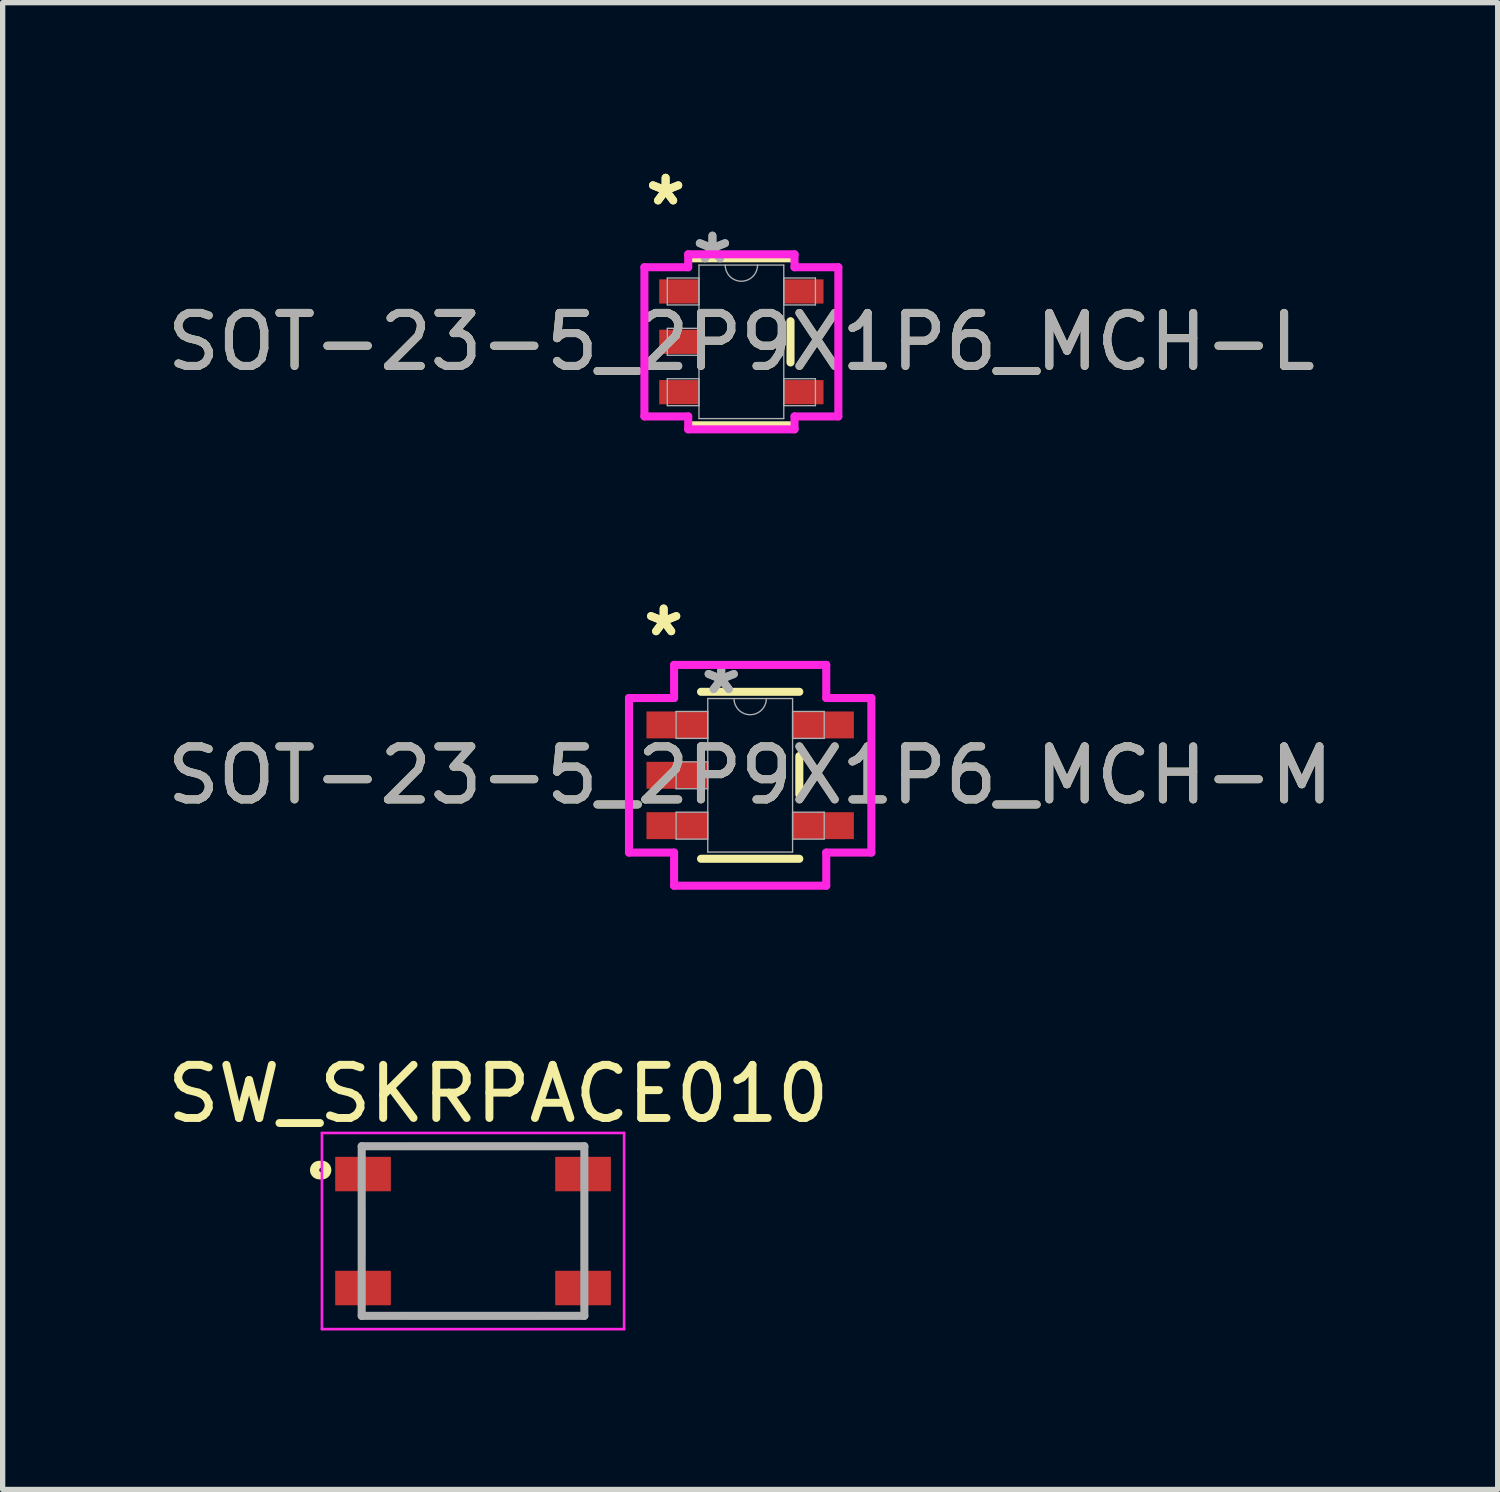
<source format=kicad_pcb>
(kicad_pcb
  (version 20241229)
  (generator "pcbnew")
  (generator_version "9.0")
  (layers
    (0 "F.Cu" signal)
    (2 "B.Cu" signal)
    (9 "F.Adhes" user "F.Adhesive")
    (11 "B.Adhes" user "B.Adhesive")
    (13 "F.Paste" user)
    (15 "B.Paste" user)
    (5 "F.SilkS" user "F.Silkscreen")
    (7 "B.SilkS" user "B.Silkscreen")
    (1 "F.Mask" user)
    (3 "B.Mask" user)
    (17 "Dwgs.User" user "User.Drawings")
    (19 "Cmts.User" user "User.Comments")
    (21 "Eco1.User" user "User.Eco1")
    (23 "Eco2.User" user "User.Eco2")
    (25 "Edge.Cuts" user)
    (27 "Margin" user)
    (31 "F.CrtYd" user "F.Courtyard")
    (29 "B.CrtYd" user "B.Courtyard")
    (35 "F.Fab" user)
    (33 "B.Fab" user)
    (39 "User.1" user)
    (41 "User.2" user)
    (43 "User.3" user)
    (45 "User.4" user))
  (footprint "SOT-23-5_2P9X1P6_MCH-M"
    (layer "F.Cu")
    (at 11.101 11.575)
    (property "Reference" "SOT-23-5_2P9X1P6_MCH-M" (at 0 0 0) (unlocked yes) (layer "F.SilkS") (effects (font (size 1 1) (thickness 0.15))))
    (attr smd)
    (fp_line (start -0.927 1.575) (end 0.927 1.575) (stroke (width 0.152) (type solid)) (layer "F.SilkS"))
    (fp_line (start 0.927 -1.575) (end -0.927 -1.575) (stroke (width 0.152) (type solid)) (layer "F.SilkS"))
    (fp_line (start 0.927 0.363) (end 0.927 -0.363) (stroke (width 0.152) (type solid)) (layer "F.SilkS"))
    (fp_line (start -2.286 -1.458) (end -1.435 -1.458) (stroke (width 0.152) (type solid)) (layer "F.CrtYd"))
    (fp_line (start -2.286 1.458) (end -2.286 -1.458) (stroke (width 0.152) (type solid)) (layer "F.CrtYd"))
    (fp_line (start -1.435 -2.083) (end 1.435 -2.083) (stroke (width 0.152) (type solid)) (layer "F.CrtYd"))
    (fp_line (start -1.435 -1.458) (end -1.435 -2.083) (stroke (width 0.152) (type solid)) (layer "F.CrtYd"))
    (fp_line (start -1.435 1.458) (end -2.286 1.458) (stroke (width 0.152) (type solid)) (layer "F.CrtYd"))
    (fp_line (start -1.435 2.083) (end -1.435 1.458) (stroke (width 0.152) (type solid)) (layer "F.CrtYd"))
    (fp_line (start 1.435 -2.083) (end 1.435 -1.458) (stroke (width 0.152) (type solid)) (layer "F.CrtYd"))
    (fp_line (start 1.435 -1.458) (end 2.286 -1.458) (stroke (width 0.152) (type solid)) (layer "F.CrtYd"))
    (fp_line (start 1.435 1.458) (end 1.435 2.083) (stroke (width 0.152) (type solid)) (layer "F.CrtYd"))
    (fp_line (start 1.435 2.083) (end -1.435 2.083) (stroke (width 0.152) (type solid)) (layer "F.CrtYd"))
    (fp_line (start 2.286 -1.458) (end 2.286 1.458) (stroke (width 0.152) (type solid)) (layer "F.CrtYd"))
    (fp_line (start 2.286 1.458) (end 1.435 1.458) (stroke (width 0.152) (type solid)) (layer "F.CrtYd"))
    (fp_line (start -1.397 -1.204) (end -1.397 -0.696) (stroke (width 0.025) (type solid)) (layer "F.Fab"))
    (fp_line (start -1.397 -0.696) (end -0.8 -0.696) (stroke (width 0.025) (type solid)) (layer "F.Fab"))
    (fp_line (start -1.397 -0.254) (end -1.397 0.254) (stroke (width 0.025) (type solid)) (layer "F.Fab"))
    (fp_line (start -1.397 0.254) (end -0.8 0.254) (stroke (width 0.025) (type solid)) (layer "F.Fab"))
    (fp_line (start -1.397 0.696) (end -1.397 1.204) (stroke (width 0.025) (type solid)) (layer "F.Fab"))
    (fp_line (start -1.397 1.204) (end -0.8 1.204) (stroke (width 0.025) (type solid)) (layer "F.Fab"))
    (fp_line (start -0.8 -1.448) (end -0.8 1.448) (stroke (width 0.025) (type solid)) (layer "F.Fab"))
    (fp_line (start -0.8 -1.204) (end -1.397 -1.204) (stroke (width 0.025) (type solid)) (layer "F.Fab"))
    (fp_line (start -0.8 -0.696) (end -0.8 -1.204) (stroke (width 0.025) (type solid)) (layer "F.Fab"))
    (fp_line (start -0.8 -0.254) (end -1.397 -0.254) (stroke (width 0.025) (type solid)) (layer "F.Fab"))
    (fp_line (start -0.8 0.254) (end -0.8 -0.254) (stroke (width 0.025) (type solid)) (layer "F.Fab"))
    (fp_line (start -0.8 0.696) (end -1.397 0.696) (stroke (width 0.025) (type solid)) (layer "F.Fab"))
    (fp_line (start -0.8 1.204) (end -0.8 0.696) (stroke (width 0.025) (type solid)) (layer "F.Fab"))
    (fp_line (start -0.8 1.448) (end 0.8 1.448) (stroke (width 0.025) (type solid)) (layer "F.Fab"))
    (fp_line (start 0.8 -1.448) (end -0.8 -1.448) (stroke (width 0.025) (type solid)) (layer "F.Fab"))
    (fp_line (start 0.8 -1.204) (end 0.8 -0.696) (stroke (width 0.025) (type solid)) (layer "F.Fab"))
    (fp_line (start 0.8 -0.696) (end 1.397 -0.696) (stroke (width 0.025) (type solid)) (layer "F.Fab"))
    (fp_line (start 0.8 0.696) (end 0.8 1.204) (stroke (width 0.025) (type solid)) (layer "F.Fab"))
    (fp_line (start 0.8 1.204) (end 1.397 1.204) (stroke (width 0.025) (type solid)) (layer "F.Fab"))
    (fp_line (start 0.8 1.448) (end 0.8 -1.448) (stroke (width 0.025) (type solid)) (layer "F.Fab"))
    (fp_line (start 1.397 -1.204) (end 0.8 -1.204) (stroke (width 0.025) (type solid)) (layer "F.Fab"))
    (fp_line (start 1.397 -0.696) (end 1.397 -1.204) (stroke (width 0.025) (type solid)) (layer "F.Fab"))
    (fp_line (start 1.397 0.696) (end 0.8 0.696) (stroke (width 0.025) (type solid)) (layer "F.Fab"))
    (fp_line (start 1.397 1.204) (end 1.397 0.696) (stroke (width 0.025) (type solid)) (layer "F.Fab"))
    (fp_arc (start 0.3048 -1.4478) (mid 0 -1.143) (end -0.3048 -1.4478) (stroke (width 0.0254) (type solid)) (layer "F.Fab"))
    (fp_text user "*" (at -1.632 -2.601 0) (layer "F.SilkS") (effects (font (size 1 1) (thickness 0.15))))
    (fp_text user "*" (at -1.632 -2.601 0) (unlocked yes) (layer "F.SilkS") (effects (font (size 1 1) (thickness 0.15))))
    (fp_text user "*" (at -0.546 -1.509 0) (unlocked yes) (layer "F.Fab") (effects (font (size 1 1) (thickness 0.15))))
    (fp_text user "*" (at -0.546 -1.509 0) (layer "F.Fab") (effects (font (size 1 1) (thickness 0.15))))
    (fp_text user "${REFERENCE}" (at 0 0 0) (unlocked yes) (layer "F.Fab") (effects (font (size 1 1) (thickness 0.15))))
    (pad "1" smd rect (at -1.378 -0.95) (size 1.156 0.508) (layers "F.Cu" "F.Mask" "F.Paste"))
    (pad "2" smd rect (at -1.378 0) (size 1.156 0.508) (layers "F.Cu" "F.Mask" "F.Paste"))
    (pad "3" smd rect (at -1.378 0.95) (size 1.156 0.508) (layers "F.Cu" "F.Mask" "F.Paste"))
    (pad "4" smd rect (at 1.378 0.95) (size 1.156 0.508) (layers "F.Cu" "F.Mask" "F.Paste"))
    (pad "5" smd rect (at 1.378 -0.95) (size 1.156 0.508) (layers "F.Cu" "F.Mask" "F.Paste")))
  (footprint "SOT-23-5_2P9X1P6_MCH-L"
    (layer "F.Cu")
    (at 10.935 3.398)
    (property "Reference" "SOT-23-5_2P9X1P6_MCH-L" (at 0 0 0) (unlocked yes) (layer "F.SilkS") (effects (font (size 1 1) (thickness 0.15))))
    (attr smd)
    (fp_line (start -0.927 1.575) (end 0.927 1.575) (stroke (width 0.152) (type solid)) (layer "F.SilkS"))
    (fp_line (start 0.927 -1.575) (end -0.927 -1.575) (stroke (width 0.152) (type solid)) (layer "F.SilkS"))
    (fp_line (start 0.927 0.389) (end 0.927 -0.389) (stroke (width 0.152) (type solid)) (layer "F.SilkS"))
    (fp_line (start -1.829 -1.407) (end -1.003 -1.407) (stroke (width 0.152) (type solid)) (layer "F.CrtYd"))
    (fp_line (start -1.829 1.407) (end -1.829 -1.407) (stroke (width 0.152) (type solid)) (layer "F.CrtYd"))
    (fp_line (start -1.003 -1.651) (end 1.003 -1.651) (stroke (width 0.152) (type solid)) (layer "F.CrtYd"))
    (fp_line (start -1.003 -1.407) (end -1.003 -1.651) (stroke (width 0.152) (type solid)) (layer "F.CrtYd"))
    (fp_line (start -1.003 1.407) (end -1.829 1.407) (stroke (width 0.152) (type solid)) (layer "F.CrtYd"))
    (fp_line (start -1.003 1.651) (end -1.003 1.407) (stroke (width 0.152) (type solid)) (layer "F.CrtYd"))
    (fp_line (start 1.003 -1.651) (end 1.003 -1.407) (stroke (width 0.152) (type solid)) (layer "F.CrtYd"))
    (fp_line (start 1.003 -1.407) (end 1.829 -1.407) (stroke (width 0.152) (type solid)) (layer "F.CrtYd"))
    (fp_line (start 1.003 1.407) (end 1.003 1.651) (stroke (width 0.152) (type solid)) (layer "F.CrtYd"))
    (fp_line (start 1.003 1.651) (end -1.003 1.651) (stroke (width 0.152) (type solid)) (layer "F.CrtYd"))
    (fp_line (start 1.829 -1.407) (end 1.829 1.407) (stroke (width 0.152) (type solid)) (layer "F.CrtYd"))
    (fp_line (start 1.829 1.407) (end 1.003 1.407) (stroke (width 0.152) (type solid)) (layer "F.CrtYd"))
    (fp_line (start -1.397 -1.204) (end -1.397 -0.696) (stroke (width 0.025) (type solid)) (layer "F.Fab"))
    (fp_line (start -1.397 -0.696) (end -0.8 -0.696) (stroke (width 0.025) (type solid)) (layer "F.Fab"))
    (fp_line (start -1.397 -0.254) (end -1.397 0.254) (stroke (width 0.025) (type solid)) (layer "F.Fab"))
    (fp_line (start -1.397 0.254) (end -0.8 0.254) (stroke (width 0.025) (type solid)) (layer "F.Fab"))
    (fp_line (start -1.397 0.696) (end -1.397 1.204) (stroke (width 0.025) (type solid)) (layer "F.Fab"))
    (fp_line (start -1.397 1.204) (end -0.8 1.204) (stroke (width 0.025) (type solid)) (layer "F.Fab"))
    (fp_line (start -0.8 -1.448) (end -0.8 1.448) (stroke (width 0.025) (type solid)) (layer "F.Fab"))
    (fp_line (start -0.8 -1.204) (end -1.397 -1.204) (stroke (width 0.025) (type solid)) (layer "F.Fab"))
    (fp_line (start -0.8 -0.696) (end -0.8 -1.204) (stroke (width 0.025) (type solid)) (layer "F.Fab"))
    (fp_line (start -0.8 -0.254) (end -1.397 -0.254) (stroke (width 0.025) (type solid)) (layer "F.Fab"))
    (fp_line (start -0.8 0.254) (end -0.8 -0.254) (stroke (width 0.025) (type solid)) (layer "F.Fab"))
    (fp_line (start -0.8 0.696) (end -1.397 0.696) (stroke (width 0.025) (type solid)) (layer "F.Fab"))
    (fp_line (start -0.8 1.204) (end -0.8 0.696) (stroke (width 0.025) (type solid)) (layer "F.Fab"))
    (fp_line (start -0.8 1.448) (end 0.8 1.448) (stroke (width 0.025) (type solid)) (layer "F.Fab"))
    (fp_line (start 0.8 -1.448) (end -0.8 -1.448) (stroke (width 0.025) (type solid)) (layer "F.Fab"))
    (fp_line (start 0.8 -1.204) (end 0.8 -0.696) (stroke (width 0.025) (type solid)) (layer "F.Fab"))
    (fp_line (start 0.8 -0.696) (end 1.397 -0.696) (stroke (width 0.025) (type solid)) (layer "F.Fab"))
    (fp_line (start 0.8 0.696) (end 0.8 1.204) (stroke (width 0.025) (type solid)) (layer "F.Fab"))
    (fp_line (start 0.8 1.204) (end 1.397 1.204) (stroke (width 0.025) (type solid)) (layer "F.Fab"))
    (fp_line (start 0.8 1.448) (end 0.8 -1.448) (stroke (width 0.025) (type solid)) (layer "F.Fab"))
    (fp_line (start 1.397 -1.204) (end 0.8 -1.204) (stroke (width 0.025) (type solid)) (layer "F.Fab"))
    (fp_line (start 1.397 -0.696) (end 1.397 -1.204) (stroke (width 0.025) (type solid)) (layer "F.Fab"))
    (fp_line (start 1.397 0.696) (end 0.8 0.696) (stroke (width 0.025) (type solid)) (layer "F.Fab"))
    (fp_line (start 1.397 1.204) (end 1.397 0.696) (stroke (width 0.025) (type solid)) (layer "F.Fab"))
    (fp_arc (start 0.3048 -1.4478) (mid 0 -1.143) (end -0.3048 -1.4478) (stroke (width 0.0254) (type solid)) (layer "F.Fab"))
    (fp_text user "*" (at -1.429 -2.55 0) (layer "F.SilkS") (effects (font (size 1 1) (thickness 0.15))))
    (fp_text user "*" (at -1.429 -2.55 0) (unlocked yes) (layer "F.SilkS") (effects (font (size 1 1) (thickness 0.15))))
    (fp_text user "*" (at -0.546 -1.458 0) (layer "F.Fab") (effects (font (size 1 1) (thickness 0.15))))
    (fp_text user "*" (at -0.546 -1.458 0) (unlocked yes) (layer "F.Fab") (effects (font (size 1 1) (thickness 0.15))))
    (fp_text user "${REFERENCE}" (at 0 0 0) (unlocked yes) (layer "F.Fab") (effects (font (size 1 1) (thickness 0.15))))
    (pad "1" smd rect (at -1.175 -0.95) (size 0.749 0.457) (layers "F.Cu" "F.Mask" "F.Paste"))
    (pad "2" smd rect (at -1.175 0) (size 0.749 0.457) (layers "F.Cu" "F.Mask" "F.Paste"))
    (pad "3" smd rect (at -1.175 0.95) (size 0.749 0.457) (layers "F.Cu" "F.Mask" "F.Paste"))
    (pad "4" smd rect (at 1.175 0.95) (size 0.749 0.457) (layers "F.Cu" "F.Mask" "F.Paste"))
    (pad "5" smd rect (at 1.175 -0.95) (size 0.749 0.457) (layers "F.Cu" "F.Mask" "F.Paste")))
  (footprint "SW_SKRPACE010"
    (layer "F.Cu")
    (at 5.873 20.172)
    (property "Reference" "SW_SKRPACE010" (at 0.476 -2.589 0) (layer "F.SilkS") (effects (font (size 1.002 1.002) (thickness 0.15))))
    (attr smd)
    (fp_line (start -2.1 -0.5) (end -2.1 0.5) (stroke (width 0.127) (type solid)) (layer "F.SilkS"))
    (fp_line (start -1.25 -1.6) (end 1.25 -1.6) (stroke (width 0.127) (type solid)) (layer "F.SilkS"))
    (fp_line (start -1.25 1.6) (end 1.25 1.6) (stroke (width 0.127) (type solid)) (layer "F.SilkS"))
    (fp_line (start 2.1 -0.5) (end 2.1 0.5) (stroke (width 0.127) (type solid)) (layer "F.SilkS"))
    (fp_circle (center -2.9 -1.15) (end -2.788 -1.15) (stroke (width 0.127) (type solid)) (fill no) (layer "F.SilkS"))
    (fp_circle (center -2.85 -1.15) (end -2.8 -1.15) (stroke (width 0.127) (type solid)) (fill no) (layer "F.SilkS"))
    (fp_line (start -2.85 -1.85) (end 2.85 -1.85) (stroke (width 0.05) (type solid)) (layer "F.CrtYd"))
    (fp_line (start -2.85 1.85) (end -2.85 -1.85) (stroke (width 0.05) (type solid)) (layer "F.CrtYd"))
    (fp_line (start 2.85 -1.85) (end 2.85 1.85) (stroke (width 0.05) (type solid)) (layer "F.CrtYd"))
    (fp_line (start 2.85 1.85) (end -2.85 1.85) (stroke (width 0.05) (type solid)) (layer "F.CrtYd"))
    (fp_line (start -2.1 -1.6) (end 2.1 -1.6) (stroke (width 0.152) (type solid)) (layer "F.Fab"))
    (fp_line (start -2.1 1.6) (end -2.1 -1.6) (stroke (width 0.152) (type solid)) (layer "F.Fab"))
    (fp_line (start 2.1 -1.6) (end 2.1 1.6) (stroke (width 0.152) (type solid)) (layer "F.Fab"))
    (fp_line (start 2.1 1.6) (end -2.1 1.6) (stroke (width 0.152) (type solid)) (layer "F.Fab"))
    (pad "1" smd rect (at -2.075 -1.075) (size 1.05 0.65) (layers "F.Cu" "F.Mask" "F.Paste"))
    (pad "2" smd rect (at 2.075 -1.075) (size 1.05 0.65) (layers "F.Cu" "F.Mask" "F.Paste"))
    (pad "3" smd rect (at -2.075 1.075) (size 1.05 0.65) (layers "F.Cu" "F.Mask" "F.Paste"))
    (pad "4" smd rect (at 2.075 1.075) (size 1.05 0.65) (layers "F.Cu" "F.Mask" "F.Paste")))
  (gr_rect
    (start -3 -3)
    (end 25.202 25.047)
    (stroke (width 0.1) (type default))
    (fill no)
    (layer "Edge.Cuts")))
</source>
